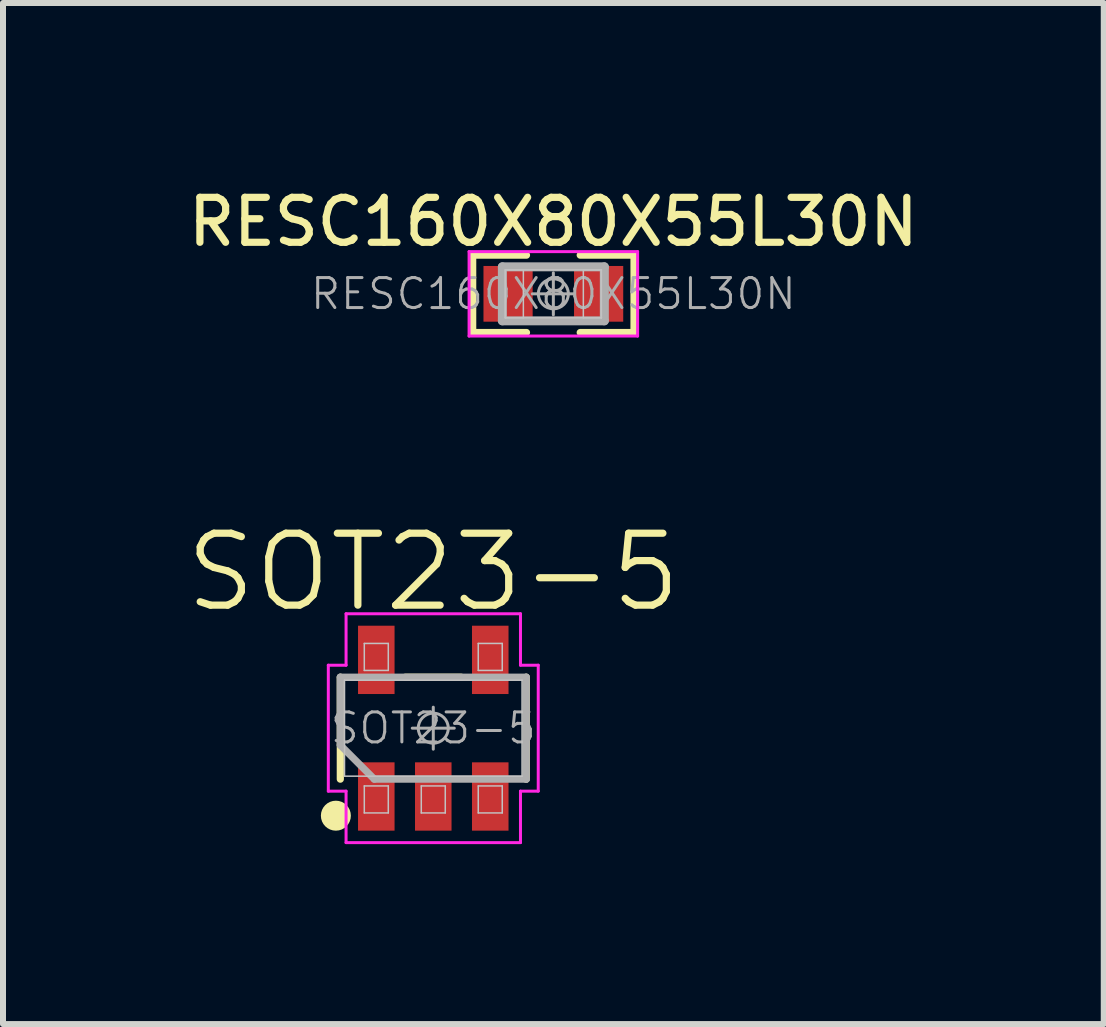
<source format=kicad_pcb>
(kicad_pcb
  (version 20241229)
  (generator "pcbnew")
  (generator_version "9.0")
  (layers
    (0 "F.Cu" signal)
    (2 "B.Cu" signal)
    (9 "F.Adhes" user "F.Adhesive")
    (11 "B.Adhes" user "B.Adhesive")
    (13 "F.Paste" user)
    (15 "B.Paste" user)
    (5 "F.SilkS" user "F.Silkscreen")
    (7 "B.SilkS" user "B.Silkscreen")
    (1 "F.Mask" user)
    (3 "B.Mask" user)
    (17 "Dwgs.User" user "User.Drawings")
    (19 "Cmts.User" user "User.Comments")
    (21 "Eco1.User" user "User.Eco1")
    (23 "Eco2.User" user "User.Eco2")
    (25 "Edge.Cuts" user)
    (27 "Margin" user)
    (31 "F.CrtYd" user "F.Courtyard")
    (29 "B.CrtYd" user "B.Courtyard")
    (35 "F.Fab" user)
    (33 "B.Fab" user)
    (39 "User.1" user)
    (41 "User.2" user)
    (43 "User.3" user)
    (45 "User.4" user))
  (footprint "RESC160X80X55L30N"
    (layer "F.Cu")
    (at 6.176 1.849)
    (property "Reference" "RESC160X80X55L30N" (at 0 -1.2 0) (layer "F.SilkS") (effects (font (size 0.75 0.75) (thickness 0.12))))
    (attr smd)
    (fp_line (start -1.345 -0.645) (end -0.448 -0.645) (stroke (width 0.12) (type solid)) (layer "F.SilkS"))
    (fp_line (start -1.345 0.645) (end -1.345 -0.645) (stroke (width 0.12) (type solid)) (layer "F.SilkS"))
    (fp_line (start -0.448 0.645) (end -1.345 0.645) (stroke (width 0.12) (type solid)) (layer "F.SilkS"))
    (fp_line (start 0.448 0.645) (end 1.345 0.645) (stroke (width 0.12) (type solid)) (layer "F.SilkS"))
    (fp_line (start 1.345 -0.645) (end 0.448 -0.645) (stroke (width 0.12) (type solid)) (layer "F.SilkS"))
    (fp_line (start 1.345 0.645) (end 1.345 -0.645) (stroke (width 0.12) (type solid)) (layer "F.SilkS"))
    (fp_line (start -0.8 -0.4) (end -0.5 -0.4) (stroke (width 0.025) (type solid)) (layer "Dwgs.User"))
    (fp_line (start -0.8 -0.4) (end 0.8 -0.4) (stroke (width 0.025) (type solid)) (layer "Dwgs.User"))
    (fp_line (start -0.8 0.4) (end -0.8 -0.4) (stroke (width 0.025) (type solid)) (layer "Dwgs.User"))
    (fp_line (start -0.8 0.4) (end -0.8 -0.4) (stroke (width 0.025) (type solid)) (layer "Dwgs.User"))
    (fp_line (start -0.5 -0.4) (end -0.5 0.4) (stroke (width 0.025) (type solid)) (layer "Dwgs.User"))
    (fp_line (start -0.5 0.4) (end -0.8 0.4) (stroke (width 0.025) (type solid)) (layer "Dwgs.User"))
    (fp_line (start 0.5 -0.4) (end 0.8 -0.4) (stroke (width 0.025) (type solid)) (layer "Dwgs.User"))
    (fp_line (start 0.5 0.4) (end 0.5 -0.4) (stroke (width 0.025) (type solid)) (layer "Dwgs.User"))
    (fp_line (start 0.8 -0.4) (end 0.8 0.4) (stroke (width 0.025) (type solid)) (layer "Dwgs.User"))
    (fp_line (start 0.8 -0.4) (end 0.8 0.4) (stroke (width 0.025) (type solid)) (layer "Dwgs.User"))
    (fp_line (start 0.8 0.4) (end -0.8 0.4) (stroke (width 0.025) (type solid)) (layer "Dwgs.User"))
    (fp_line (start 0.8 0.4) (end 0.5 0.4) (stroke (width 0.025) (type solid)) (layer "Dwgs.User"))
    (fp_line (start -1.405 -0.704) (end 1.405 -0.704) (stroke (width 0.05) (type solid)) (layer "F.CrtYd"))
    (fp_line (start -1.405 0.704) (end -1.405 -0.704) (stroke (width 0.05) (type solid)) (layer "F.CrtYd"))
    (fp_line (start 1.405 -0.704) (end 1.405 0.704) (stroke (width 0.05) (type solid)) (layer "F.CrtYd"))
    (fp_line (start 1.405 0.704) (end -1.405 0.704) (stroke (width 0.05) (type solid)) (layer "F.CrtYd"))
    (fp_line (start -0.85 -0.45) (end 0.85 -0.45) (stroke (width 0.15) (type solid)) (layer "F.Fab"))
    (fp_line (start -0.85 0.45) (end -0.85 -0.45) (stroke (width 0.15) (type solid)) (layer "F.Fab"))
    (fp_line (start 0 -0.35) (end 0 0.35) (stroke (width 0.05) (type solid)) (layer "F.Fab"))
    (fp_line (start 0.35 0) (end -0.35 0) (stroke (width 0.05) (type solid)) (layer "F.Fab"))
    (fp_line (start 0.85 -0.45) (end 0.85 0.45) (stroke (width 0.15) (type solid)) (layer "F.Fab"))
    (fp_line (start 0.85 0.45) (end -0.85 0.45) (stroke (width 0.15) (type solid)) (layer "F.Fab"))
    (fp_circle (center 0 0) (end 0.25 0) (stroke (width 0.05) (type solid)) (fill no) (layer "F.Fab"))
    (fp_text user "${REFERENCE}" (at 0 0 0) (layer "F.Fab") (effects (font (size 0.5 0.5) (thickness 0.05))))
    (pad "1" smd rect (at -0.755 0) (size 0.82 0.929) (layers "F.Cu" "F.Mask" "F.Paste"))
    (pad "2" smd rect (at 0.755 0) (size 0.82 0.929) (layers "F.Cu" "F.Mask" "F.Paste")))
  (footprint "SOT23-5"
    (layer "F.Cu")
    (at 4.174 9.091)
    (property "Reference" "SOT23-5" (at 0 -2.6 0) (layer "F.SilkS") (effects (font (size 1.2 1.2) (thickness 0.12))))
    (attr smd)
    (fp_line (start -1.55 0.85) (end -1.55 -0.85) (stroke (width 0.12) (type solid)) (layer "F.SilkS"))
    (fp_line (start 0.466 -0.85) (end -0.466 -0.85) (stroke (width 0.12) (type solid)) (layer "F.SilkS"))
    (fp_line (start 1.55 -0.85) (end 1.55 0.85) (stroke (width 0.12) (type solid)) (layer "F.SilkS"))
    (fp_circle (center -1.624 1.459) (end -1.624 1.584) (stroke (width 0.25) (type solid)) (fill no) (layer "F.SilkS"))
    (fp_line (start -1.48 -0.8) (end 1.48 -0.8) (stroke (width 0.025) (type solid)) (layer "Dwgs.User"))
    (fp_line (start -1.48 0.8) (end -1.48 -0.8) (stroke (width 0.025) (type solid)) (layer "Dwgs.User"))
    (fp_line (start -1.15 -1.413) (end -0.75 -1.413) (stroke (width 0.025) (type solid)) (layer "Dwgs.User"))
    (fp_line (start -1.15 -0.963) (end -1.15 -1.413) (stroke (width 0.025) (type solid)) (layer "Dwgs.User"))
    (fp_line (start -1.15 0.963) (end -0.75 0.963) (stroke (width 0.025) (type solid)) (layer "Dwgs.User"))
    (fp_line (start -1.15 1.413) (end -1.15 0.963) (stroke (width 0.025) (type solid)) (layer "Dwgs.User"))
    (fp_line (start -0.75 -1.413) (end -0.75 -0.963) (stroke (width 0.025) (type solid)) (layer "Dwgs.User"))
    (fp_line (start -0.75 -0.963) (end -1.15 -0.963) (stroke (width 0.025) (type solid)) (layer "Dwgs.User"))
    (fp_line (start -0.75 0.963) (end -0.75 1.413) (stroke (width 0.025) (type solid)) (layer "Dwgs.User"))
    (fp_line (start -0.75 1.413) (end -1.15 1.413) (stroke (width 0.025) (type solid)) (layer "Dwgs.User"))
    (fp_line (start -0.2 0.963) (end 0.2 0.963) (stroke (width 0.025) (type solid)) (layer "Dwgs.User"))
    (fp_line (start -0.2 1.413) (end -0.2 0.963) (stroke (width 0.025) (type solid)) (layer "Dwgs.User"))
    (fp_line (start 0.2 0.963) (end 0.2 1.413) (stroke (width 0.025) (type solid)) (layer "Dwgs.User"))
    (fp_line (start 0.2 1.413) (end -0.2 1.413) (stroke (width 0.025) (type solid)) (layer "Dwgs.User"))
    (fp_line (start 0.75 -1.413) (end 1.15 -1.413) (stroke (width 0.025) (type solid)) (layer "Dwgs.User"))
    (fp_line (start 0.75 -0.963) (end 0.75 -1.413) (stroke (width 0.025) (type solid)) (layer "Dwgs.User"))
    (fp_line (start 0.75 0.963) (end 1.15 0.963) (stroke (width 0.025) (type solid)) (layer "Dwgs.User"))
    (fp_line (start 0.75 1.413) (end 0.75 0.963) (stroke (width 0.025) (type solid)) (layer "Dwgs.User"))
    (fp_line (start 1.15 -1.413) (end 1.15 -0.963) (stroke (width 0.025) (type solid)) (layer "Dwgs.User"))
    (fp_line (start 1.15 -0.963) (end 0.75 -0.963) (stroke (width 0.025) (type solid)) (layer "Dwgs.User"))
    (fp_line (start 1.15 0.963) (end 1.15 1.413) (stroke (width 0.025) (type solid)) (layer "Dwgs.User"))
    (fp_line (start 1.15 1.413) (end 0.75 1.413) (stroke (width 0.025) (type solid)) (layer "Dwgs.User"))
    (fp_line (start 1.48 -0.8) (end 1.48 0.8) (stroke (width 0.025) (type solid)) (layer "Dwgs.User"))
    (fp_line (start 1.48 0.8) (end -1.48 0.8) (stroke (width 0.025) (type solid)) (layer "Dwgs.User"))
    (fp_line (start -1.75 -1.05) (end -1.75 1.05) (stroke (width 0.05) (type solid)) (layer "F.CrtYd"))
    (fp_line (start -1.75 1.05) (end -1.454 1.05) (stroke (width 0.05) (type solid)) (layer "F.CrtYd"))
    (fp_line (start -1.454 -1.908) (end -1.454 -1.05) (stroke (width 0.05) (type solid)) (layer "F.CrtYd"))
    (fp_line (start -1.454 -1.05) (end -1.75 -1.05) (stroke (width 0.05) (type solid)) (layer "F.CrtYd"))
    (fp_line (start -1.454 1.05) (end -1.454 1.908) (stroke (width 0.05) (type solid)) (layer "F.CrtYd"))
    (fp_line (start -1.454 1.908) (end 1.454 1.908) (stroke (width 0.05) (type solid)) (layer "F.CrtYd"))
    (fp_line (start 1.454 -1.908) (end -1.454 -1.908) (stroke (width 0.05) (type solid)) (layer "F.CrtYd"))
    (fp_line (start 1.454 -1.05) (end 1.454 -1.908) (stroke (width 0.05) (type solid)) (layer "F.CrtYd"))
    (fp_line (start 1.454 1.05) (end 1.75 1.05) (stroke (width 0.05) (type solid)) (layer "F.CrtYd"))
    (fp_line (start 1.454 1.908) (end 1.454 1.05) (stroke (width 0.05) (type solid)) (layer "F.CrtYd"))
    (fp_line (start 1.75 -1.05) (end 1.454 -1.05) (stroke (width 0.05) (type solid)) (layer "F.CrtYd"))
    (fp_line (start 1.75 1.05) (end 1.75 -1.05) (stroke (width 0.05) (type solid)) (layer "F.CrtYd"))
    (fp_line (start -1.55 -0.85) (end 1.55 -0.85) (stroke (width 0.12) (type solid)) (layer "F.Fab"))
    (fp_line (start -1.55 0.283) (end -1.55 -0.85) (stroke (width 0.12) (type solid)) (layer "F.Fab"))
    (fp_line (start -0.983 0.85) (end -1.55 0.283) (stroke (width 0.12) (type solid)) (layer "F.Fab"))
    (fp_line (start -0.35 0) (end 0.35 0) (stroke (width 0.05) (type solid)) (layer "F.Fab"))
    (fp_line (start 0 -0.35) (end 0 0.35) (stroke (width 0.05) (type solid)) (layer "F.Fab"))
    (fp_line (start 1.55 -0.85) (end 1.55 0.85) (stroke (width 0.12) (type solid)) (layer "F.Fab"))
    (fp_line (start 1.55 0.85) (end -0.983 0.85) (stroke (width 0.12) (type solid)) (layer "F.Fab"))
    (fp_circle (center 0 0) (end 0.25 0) (stroke (width 0.05) (type solid)) (fill no) (layer "F.Fab"))
    (fp_text user "${REFERENCE}" (at 0 0 0) (layer "F.Fab") (effects (font (size 0.5 0.5) (thickness 0.05))))
    (pad "1" smd rect (at -0.95 1.139 90) (size 1.139 0.609) (layers "F.Cu" "F.Mask" "F.Paste"))
    (pad "2" smd rect (at 0 1.139 90) (size 1.139 0.609) (layers "F.Cu" "F.Mask" "F.Paste"))
    (pad "3" smd rect (at 0.95 1.139 90) (size 1.139 0.609) (layers "F.Cu" "F.Mask" "F.Paste"))
    (pad "4" smd rect (at 0.95 -1.139 90) (size 1.139 0.609) (layers "F.Cu" "F.Mask" "F.Paste"))
    (pad "5" smd rect (at -0.95 -1.139 90) (size 1.139 0.609) (layers "F.Cu" "F.Mask" "F.Paste")))
  (gr_rect
    (start -3 -3)
    (end 15.353 14.024)
    (stroke (width 0.1) (type default))
    (fill no)
    (layer "Edge.Cuts")))
</source>
